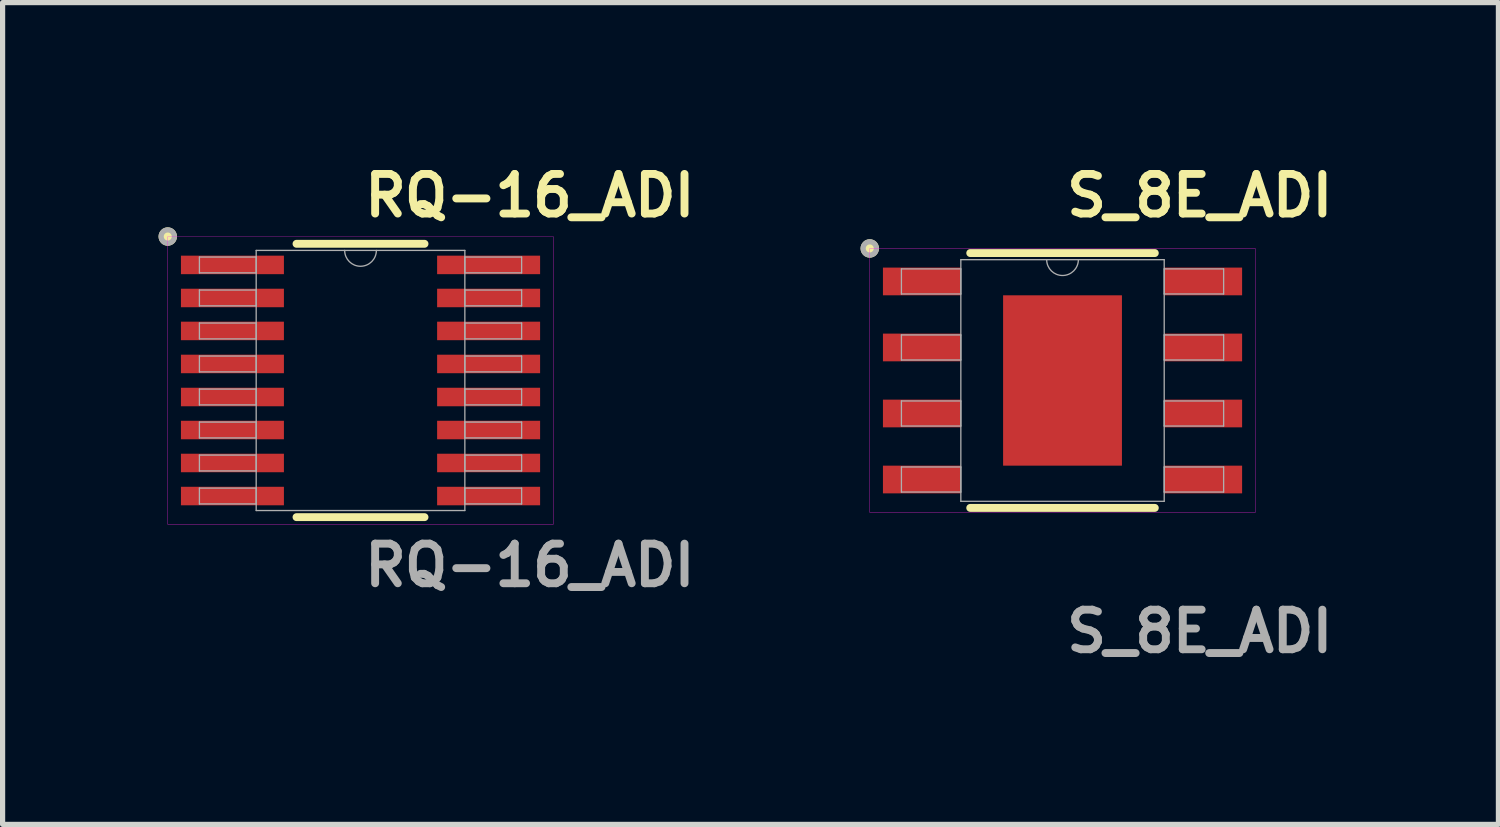
<source format=kicad_pcb>
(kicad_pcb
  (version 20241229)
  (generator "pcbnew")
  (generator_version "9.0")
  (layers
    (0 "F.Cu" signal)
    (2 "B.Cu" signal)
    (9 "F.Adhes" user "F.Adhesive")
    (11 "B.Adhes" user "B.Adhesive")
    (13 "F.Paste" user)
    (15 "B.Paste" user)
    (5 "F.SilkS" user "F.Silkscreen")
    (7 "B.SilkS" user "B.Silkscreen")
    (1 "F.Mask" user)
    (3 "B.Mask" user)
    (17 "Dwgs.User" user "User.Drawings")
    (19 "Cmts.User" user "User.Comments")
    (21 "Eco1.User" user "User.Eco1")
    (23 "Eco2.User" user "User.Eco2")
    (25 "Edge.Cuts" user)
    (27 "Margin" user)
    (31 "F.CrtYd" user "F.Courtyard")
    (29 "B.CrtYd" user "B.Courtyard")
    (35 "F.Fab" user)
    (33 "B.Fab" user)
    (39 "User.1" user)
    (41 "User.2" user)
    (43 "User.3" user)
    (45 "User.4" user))
  (footprint "S_8E_ADI"
    (layer "F.Cu")
    (at 17.389 4.269)
    (property "Reference" "S_8E_ADI" (at 0 -3.556 0) (unlocked yes) (layer "F.SilkS") (effects (font (size 0.762 0.762) (thickness 0.152) (bold yes)) (justify left)))
    (attr smd)
    (fp_line (start -1.775 2.451) (end 1.775 2.451) (stroke (width 0.152) (type solid)) (layer "F.SilkS"))
    (fp_line (start 1.775 -2.451) (end -1.775 -2.451) (stroke (width 0.152) (type solid)) (layer "F.SilkS"))
    (fp_circle (center -3.708 -2.54) (end -3.581 -2.54) (stroke (width 0.1) (type solid)) (fill yes) (layer "F.SilkS"))
    (fp_poly (pts (xy -1.043 -1.538) (xy -1.043 -0.1) (xy 1.043 -0.1) (xy 1.043 -1.538)) (stroke (width 0) (type solid)) (fill yes) (layer "F.Paste"))
    (fp_poly (pts (xy -1.043 0.1) (xy -1.043 1.538) (xy 1.043 1.538) (xy 1.043 0.1)) (stroke (width 0) (type solid)) (fill yes) (layer "F.Paste"))
    (fp_rect (start -3.708 -2.54) (end 3.708 2.54) (stroke (width 0.006) (type default)) (fill no) (layer "F.CrtYd"))
    (fp_line (start -3.099 -2.146) (end -3.099 -1.664) (stroke (width 0.025) (type solid)) (layer "F.Fab"))
    (fp_line (start -3.099 -1.664) (end -1.956 -1.664) (stroke (width 0.025) (type solid)) (layer "F.Fab"))
    (fp_line (start -3.099 -0.876) (end -3.099 -0.394) (stroke (width 0.025) (type solid)) (layer "F.Fab"))
    (fp_line (start -3.099 -0.394) (end -1.956 -0.394) (stroke (width 0.025) (type solid)) (layer "F.Fab"))
    (fp_line (start -3.099 0.394) (end -3.099 0.876) (stroke (width 0.025) (type solid)) (layer "F.Fab"))
    (fp_line (start -3.099 0.876) (end -1.956 0.876) (stroke (width 0.025) (type solid)) (layer "F.Fab"))
    (fp_line (start -3.099 1.664) (end -3.099 2.146) (stroke (width 0.025) (type solid)) (layer "F.Fab"))
    (fp_line (start -3.099 2.146) (end -1.956 2.146) (stroke (width 0.025) (type solid)) (layer "F.Fab"))
    (fp_line (start -1.956 -2.324) (end -1.956 2.324) (stroke (width 0.025) (type solid)) (layer "F.Fab"))
    (fp_line (start -1.956 -2.146) (end -3.099 -2.146) (stroke (width 0.025) (type solid)) (layer "F.Fab"))
    (fp_line (start -1.956 -1.664) (end -1.956 -2.146) (stroke (width 0.025) (type solid)) (layer "F.Fab"))
    (fp_line (start -1.956 -0.876) (end -3.099 -0.876) (stroke (width 0.025) (type solid)) (layer "F.Fab"))
    (fp_line (start -1.956 -0.394) (end -1.956 -0.876) (stroke (width 0.025) (type solid)) (layer "F.Fab"))
    (fp_line (start -1.956 0.394) (end -3.099 0.394) (stroke (width 0.025) (type solid)) (layer "F.Fab"))
    (fp_line (start -1.956 0.876) (end -1.956 0.394) (stroke (width 0.025) (type solid)) (layer "F.Fab"))
    (fp_line (start -1.956 1.664) (end -3.099 1.664) (stroke (width 0.025) (type solid)) (layer "F.Fab"))
    (fp_line (start -1.956 2.146) (end -1.956 1.664) (stroke (width 0.025) (type solid)) (layer "F.Fab"))
    (fp_line (start -1.956 2.324) (end 1.956 2.324) (stroke (width 0.025) (type solid)) (layer "F.Fab"))
    (fp_line (start 1.956 -2.324) (end -1.956 -2.324) (stroke (width 0.025) (type solid)) (layer "F.Fab"))
    (fp_line (start 1.956 -2.146) (end 1.956 -1.664) (stroke (width 0.025) (type solid)) (layer "F.Fab"))
    (fp_line (start 1.956 -1.664) (end 3.099 -1.664) (stroke (width 0.025) (type solid)) (layer "F.Fab"))
    (fp_line (start 1.956 -0.876) (end 1.956 -0.394) (stroke (width 0.025) (type solid)) (layer "F.Fab"))
    (fp_line (start 1.956 -0.394) (end 3.099 -0.394) (stroke (width 0.025) (type solid)) (layer "F.Fab"))
    (fp_line (start 1.956 0.394) (end 1.956 0.876) (stroke (width 0.025) (type solid)) (layer "F.Fab"))
    (fp_line (start 1.956 0.876) (end 3.099 0.876) (stroke (width 0.025) (type solid)) (layer "F.Fab"))
    (fp_line (start 1.956 1.664) (end 1.956 2.146) (stroke (width 0.025) (type solid)) (layer "F.Fab"))
    (fp_line (start 1.956 2.146) (end 3.099 2.146) (stroke (width 0.025) (type solid)) (layer "F.Fab"))
    (fp_line (start 1.956 2.324) (end 1.956 -2.324) (stroke (width 0.025) (type solid)) (layer "F.Fab"))
    (fp_line (start 3.099 -2.146) (end 1.956 -2.146) (stroke (width 0.025) (type solid)) (layer "F.Fab"))
    (fp_line (start 3.099 -1.664) (end 3.099 -2.146) (stroke (width 0.025) (type solid)) (layer "F.Fab"))
    (fp_line (start 3.099 -0.876) (end 1.956 -0.876) (stroke (width 0.025) (type solid)) (layer "F.Fab"))
    (fp_line (start 3.099 -0.394) (end 3.099 -0.876) (stroke (width 0.025) (type solid)) (layer "F.Fab"))
    (fp_line (start 3.099 0.394) (end 1.956 0.394) (stroke (width 0.025) (type solid)) (layer "F.Fab"))
    (fp_line (start 3.099 0.876) (end 3.099 0.394) (stroke (width 0.025) (type solid)) (layer "F.Fab"))
    (fp_line (start 3.099 1.664) (end 1.956 1.664) (stroke (width 0.025) (type solid)) (layer "F.Fab"))
    (fp_line (start 3.099 2.146) (end 3.099 1.664) (stroke (width 0.025) (type solid)) (layer "F.Fab"))
    (fp_arc (start 0.3048 -2.3241) (mid 0 -2.0193) (end -0.3048 -2.3241) (stroke (width 0.0254) (type solid)) (layer "F.Fab"))
    (fp_circle (center -3.708 -2.54) (end -3.581 -2.54) (stroke (width 0.1) (type solid)) (fill no) (layer "F.Fab"))
    (fp_text user "${REFERENCE}" (at 0 4.826 0) (unlocked yes) (layer "F.Fab") (effects (font (size 0.762 0.762) (thickness 0.152) (bold yes)) (justify left)))
    (pad "1" smd rect (at -2.705 -1.905) (size 1.499 0.533) (layers "F.Cu" "F.Mask" "F.Paste"))
    (pad "2" smd rect (at -2.705 -0.635) (size 1.499 0.533) (layers "F.Cu" "F.Mask" "F.Paste"))
    (pad "3" smd rect (at -2.705 0.635) (size 1.499 0.533) (layers "F.Cu" "F.Mask" "F.Paste"))
    (pad "4" smd rect (at -2.705 1.905) (size 1.499 0.533) (layers "F.Cu" "F.Mask" "F.Paste"))
    (pad "5" smd rect (at 2.705 1.905) (size 1.499 0.533) (layers "F.Cu" "F.Mask" "F.Paste"))
    (pad "6" smd rect (at 2.705 0.635) (size 1.499 0.533) (layers "F.Cu" "F.Mask" "F.Paste"))
    (pad "7" smd rect (at 2.705 -0.635) (size 1.499 0.533) (layers "F.Cu" "F.Mask" "F.Paste"))
    (pad "8" smd rect (at 2.705 -1.905) (size 1.499 0.533) (layers "F.Cu" "F.Mask" "F.Paste"))
    (pad "EPAD" smd rect (at 0 0) (size 2.286 3.277) (layers "F.Cu" "F.Mask")))
  (footprint "RQ-16_ADI"
    (layer "F.Cu")
    (at 3.885 4.269)
    (property "Reference" "RQ-16_ADI" (at 0 -3.556 0) (unlocked yes) (layer "F.SilkS") (effects (font (size 0.762 0.762) (thickness 0.152) (bold yes)) (justify left)))
    (attr smd)
    (fp_line (start -1.231 2.629) (end 1.231 2.629) (stroke (width 0.152) (type solid)) (layer "F.SilkS"))
    (fp_line (start 1.231 -2.629) (end -1.231 -2.629) (stroke (width 0.152) (type solid)) (layer "F.SilkS"))
    (fp_circle (center -3.708 -2.769) (end -3.581 -2.769) (stroke (width 0.1) (type solid)) (fill yes) (layer "F.SilkS"))
    (fp_rect (start -3.708 -2.769) (end 3.708 2.769) (stroke (width 0.006) (type solid)) (fill no) (layer "F.CrtYd"))
    (fp_line (start -3.099 -2.375) (end -3.099 -2.07) (stroke (width 0.025) (type solid)) (layer "F.Fab"))
    (fp_line (start -3.099 -2.07) (end -2.007 -2.07) (stroke (width 0.025) (type solid)) (layer "F.Fab"))
    (fp_line (start -3.099 -1.74) (end -3.099 -1.435) (stroke (width 0.025) (type solid)) (layer "F.Fab"))
    (fp_line (start -3.099 -1.435) (end -2.007 -1.435) (stroke (width 0.025) (type solid)) (layer "F.Fab"))
    (fp_line (start -3.099 -1.105) (end -3.099 -0.8) (stroke (width 0.025) (type solid)) (layer "F.Fab"))
    (fp_line (start -3.099 -0.8) (end -2.007 -0.8) (stroke (width 0.025) (type solid)) (layer "F.Fab"))
    (fp_line (start -3.099 -0.47) (end -3.099 -0.165) (stroke (width 0.025) (type solid)) (layer "F.Fab"))
    (fp_line (start -3.099 -0.165) (end -2.007 -0.165) (stroke (width 0.025) (type solid)) (layer "F.Fab"))
    (fp_line (start -3.099 0.165) (end -3.099 0.47) (stroke (width 0.025) (type solid)) (layer "F.Fab"))
    (fp_line (start -3.099 0.47) (end -2.007 0.47) (stroke (width 0.025) (type solid)) (layer "F.Fab"))
    (fp_line (start -3.099 0.8) (end -3.099 1.105) (stroke (width 0.025) (type solid)) (layer "F.Fab"))
    (fp_line (start -3.099 1.105) (end -2.007 1.105) (stroke (width 0.025) (type solid)) (layer "F.Fab"))
    (fp_line (start -3.099 1.435) (end -3.099 1.74) (stroke (width 0.025) (type solid)) (layer "F.Fab"))
    (fp_line (start -3.099 1.74) (end -2.007 1.74) (stroke (width 0.025) (type solid)) (layer "F.Fab"))
    (fp_line (start -3.099 2.07) (end -3.099 2.375) (stroke (width 0.025) (type solid)) (layer "F.Fab"))
    (fp_line (start -3.099 2.375) (end -2.007 2.375) (stroke (width 0.025) (type solid)) (layer "F.Fab"))
    (fp_line (start -2.007 -2.502) (end -2.007 2.502) (stroke (width 0.025) (type solid)) (layer "F.Fab"))
    (fp_line (start -2.007 -2.375) (end -3.099 -2.375) (stroke (width 0.025) (type solid)) (layer "F.Fab"))
    (fp_line (start -2.007 -2.07) (end -2.007 -2.375) (stroke (width 0.025) (type solid)) (layer "F.Fab"))
    (fp_line (start -2.007 -1.74) (end -3.099 -1.74) (stroke (width 0.025) (type solid)) (layer "F.Fab"))
    (fp_line (start -2.007 -1.435) (end -2.007 -1.74) (stroke (width 0.025) (type solid)) (layer "F.Fab"))
    (fp_line (start -2.007 -1.105) (end -3.099 -1.105) (stroke (width 0.025) (type solid)) (layer "F.Fab"))
    (fp_line (start -2.007 -0.8) (end -2.007 -1.105) (stroke (width 0.025) (type solid)) (layer "F.Fab"))
    (fp_line (start -2.007 -0.47) (end -3.099 -0.47) (stroke (width 0.025) (type solid)) (layer "F.Fab"))
    (fp_line (start -2.007 -0.165) (end -2.007 -0.47) (stroke (width 0.025) (type solid)) (layer "F.Fab"))
    (fp_line (start -2.007 0.165) (end -3.099 0.165) (stroke (width 0.025) (type solid)) (layer "F.Fab"))
    (fp_line (start -2.007 0.47) (end -2.007 0.165) (stroke (width 0.025) (type solid)) (layer "F.Fab"))
    (fp_line (start -2.007 0.8) (end -3.099 0.8) (stroke (width 0.025) (type solid)) (layer "F.Fab"))
    (fp_line (start -2.007 1.105) (end -2.007 0.8) (stroke (width 0.025) (type solid)) (layer "F.Fab"))
    (fp_line (start -2.007 1.435) (end -3.099 1.435) (stroke (width 0.025) (type solid)) (layer "F.Fab"))
    (fp_line (start -2.007 1.74) (end -2.007 1.435) (stroke (width 0.025) (type solid)) (layer "F.Fab"))
    (fp_line (start -2.007 2.07) (end -3.099 2.07) (stroke (width 0.025) (type solid)) (layer "F.Fab"))
    (fp_line (start -2.007 2.375) (end -2.007 2.07) (stroke (width 0.025) (type solid)) (layer "F.Fab"))
    (fp_line (start -2.007 2.502) (end 2.007 2.502) (stroke (width 0.025) (type solid)) (layer "F.Fab"))
    (fp_line (start 2.007 -2.502) (end -2.007 -2.502) (stroke (width 0.025) (type solid)) (layer "F.Fab"))
    (fp_line (start 2.007 -2.375) (end 2.007 -2.07) (stroke (width 0.025) (type solid)) (layer "F.Fab"))
    (fp_line (start 2.007 -2.07) (end 3.099 -2.07) (stroke (width 0.025) (type solid)) (layer "F.Fab"))
    (fp_line (start 2.007 -1.74) (end 2.007 -1.435) (stroke (width 0.025) (type solid)) (layer "F.Fab"))
    (fp_line (start 2.007 -1.435) (end 3.099 -1.435) (stroke (width 0.025) (type solid)) (layer "F.Fab"))
    (fp_line (start 2.007 -1.105) (end 2.007 -0.8) (stroke (width 0.025) (type solid)) (layer "F.Fab"))
    (fp_line (start 2.007 -0.8) (end 3.099 -0.8) (stroke (width 0.025) (type solid)) (layer "F.Fab"))
    (fp_line (start 2.007 -0.47) (end 2.007 -0.165) (stroke (width 0.025) (type solid)) (layer "F.Fab"))
    (fp_line (start 2.007 -0.165) (end 3.099 -0.165) (stroke (width 0.025) (type solid)) (layer "F.Fab"))
    (fp_line (start 2.007 0.165) (end 2.007 0.47) (stroke (width 0.025) (type solid)) (layer "F.Fab"))
    (fp_line (start 2.007 0.47) (end 3.099 0.47) (stroke (width 0.025) (type solid)) (layer "F.Fab"))
    (fp_line (start 2.007 0.8) (end 2.007 1.105) (stroke (width 0.025) (type solid)) (layer "F.Fab"))
    (fp_line (start 2.007 1.105) (end 3.099 1.105) (stroke (width 0.025) (type solid)) (layer "F.Fab"))
    (fp_line (start 2.007 1.435) (end 2.007 1.74) (stroke (width 0.025) (type solid)) (layer "F.Fab"))
    (fp_line (start 2.007 1.74) (end 3.099 1.74) (stroke (width 0.025) (type solid)) (layer "F.Fab"))
    (fp_line (start 2.007 2.07) (end 2.007 2.375) (stroke (width 0.025) (type solid)) (layer "F.Fab"))
    (fp_line (start 2.007 2.375) (end 3.099 2.375) (stroke (width 0.025) (type solid)) (layer "F.Fab"))
    (fp_line (start 2.007 2.502) (end 2.007 -2.502) (stroke (width 0.025) (type solid)) (layer "F.Fab"))
    (fp_line (start 3.099 -2.375) (end 2.007 -2.375) (stroke (width 0.025) (type solid)) (layer "F.Fab"))
    (fp_line (start 3.099 -2.07) (end 3.099 -2.375) (stroke (width 0.025) (type solid)) (layer "F.Fab"))
    (fp_line (start 3.099 -1.74) (end 2.007 -1.74) (stroke (width 0.025) (type solid)) (layer "F.Fab"))
    (fp_line (start 3.099 -1.435) (end 3.099 -1.74) (stroke (width 0.025) (type solid)) (layer "F.Fab"))
    (fp_line (start 3.099 -1.105) (end 2.007 -1.105) (stroke (width 0.025) (type solid)) (layer "F.Fab"))
    (fp_line (start 3.099 -0.8) (end 3.099 -1.105) (stroke (width 0.025) (type solid)) (layer "F.Fab"))
    (fp_line (start 3.099 -0.47) (end 2.007 -0.47) (stroke (width 0.025) (type solid)) (layer "F.Fab"))
    (fp_line (start 3.099 -0.165) (end 3.099 -0.47) (stroke (width 0.025) (type solid)) (layer "F.Fab"))
    (fp_line (start 3.099 0.165) (end 2.007 0.165) (stroke (width 0.025) (type solid)) (layer "F.Fab"))
    (fp_line (start 3.099 0.47) (end 3.099 0.165) (stroke (width 0.025) (type solid)) (layer "F.Fab"))
    (fp_line (start 3.099 0.8) (end 2.007 0.8) (stroke (width 0.025) (type solid)) (layer "F.Fab"))
    (fp_line (start 3.099 1.105) (end 3.099 0.8) (stroke (width 0.025) (type solid)) (layer "F.Fab"))
    (fp_line (start 3.099 1.435) (end 2.007 1.435) (stroke (width 0.025) (type solid)) (layer "F.Fab"))
    (fp_line (start 3.099 1.74) (end 3.099 1.435) (stroke (width 0.025) (type solid)) (layer "F.Fab"))
    (fp_line (start 3.099 2.07) (end 2.007 2.07) (stroke (width 0.025) (type solid)) (layer "F.Fab"))
    (fp_line (start 3.099 2.375) (end 3.099 2.07) (stroke (width 0.025) (type solid)) (layer "F.Fab"))
    (fp_arc (start 0.3048 -2.5019) (mid 0 -2.1971) (end -0.3048 -2.5019) (stroke (width 0.0254) (type solid)) (layer "F.Fab"))
    (fp_circle (center -3.708 -2.769) (end -3.581 -2.769) (stroke (width 0.1) (type solid)) (fill no) (layer "F.Fab"))
    (fp_text user "${REFERENCE}" (at 0 3.556 0) (unlocked yes) (layer "F.Fab") (effects (font (size 0.762 0.762) (thickness 0.152) (bold yes)) (justify left)))
    (pad "1" smd rect (at -2.464 -2.223) (size 1.981 0.356) (layers "F.Cu" "F.Mask" "F.Paste"))
    (pad "2" smd rect (at -2.464 -1.587) (size 1.981 0.356) (layers "F.Cu" "F.Mask" "F.Paste"))
    (pad "3" smd rect (at -2.464 -0.953) (size 1.981 0.356) (layers "F.Cu" "F.Mask" "F.Paste"))
    (pad "4" smd rect (at -2.464 -0.318) (size 1.981 0.356) (layers "F.Cu" "F.Mask" "F.Paste"))
    (pad "5" smd rect (at -2.464 0.318) (size 1.981 0.356) (layers "F.Cu" "F.Mask" "F.Paste"))
    (pad "6" smd rect (at -2.464 0.953) (size 1.981 0.356) (layers "F.Cu" "F.Mask" "F.Paste"))
    (pad "7" smd rect (at -2.464 1.587) (size 1.981 0.356) (layers "F.Cu" "F.Mask" "F.Paste"))
    (pad "8" smd rect (at -2.464 2.223) (size 1.981 0.356) (layers "F.Cu" "F.Mask" "F.Paste"))
    (pad "9" smd rect (at 2.464 2.223) (size 1.981 0.356) (layers "F.Cu" "F.Mask" "F.Paste"))
    (pad "10" smd rect (at 2.464 1.587) (size 1.981 0.356) (layers "F.Cu" "F.Mask" "F.Paste"))
    (pad "11" smd rect (at 2.464 0.953) (size 1.981 0.356) (layers "F.Cu" "F.Mask" "F.Paste"))
    (pad "12" smd rect (at 2.464 0.318) (size 1.981 0.356) (layers "F.Cu" "F.Mask" "F.Paste"))
    (pad "13" smd rect (at 2.464 -0.318) (size 1.981 0.356) (layers "F.Cu" "F.Mask" "F.Paste"))
    (pad "14" smd rect (at 2.464 -0.953) (size 1.981 0.356) (layers "F.Cu" "F.Mask" "F.Paste"))
    (pad "15" smd rect (at 2.464 -1.587) (size 1.981 0.356) (layers "F.Cu" "F.Mask" "F.Paste"))
    (pad "16" smd rect (at 2.464 -2.223) (size 1.981 0.356) (layers "F.Cu" "F.Mask" "F.Paste")))
  (gr_rect
    (start -3 -3)
    (end 25.774 12.808)
    (stroke (width 0.1) (type default))
    (fill no)
    (layer "Edge.Cuts")))
</source>
